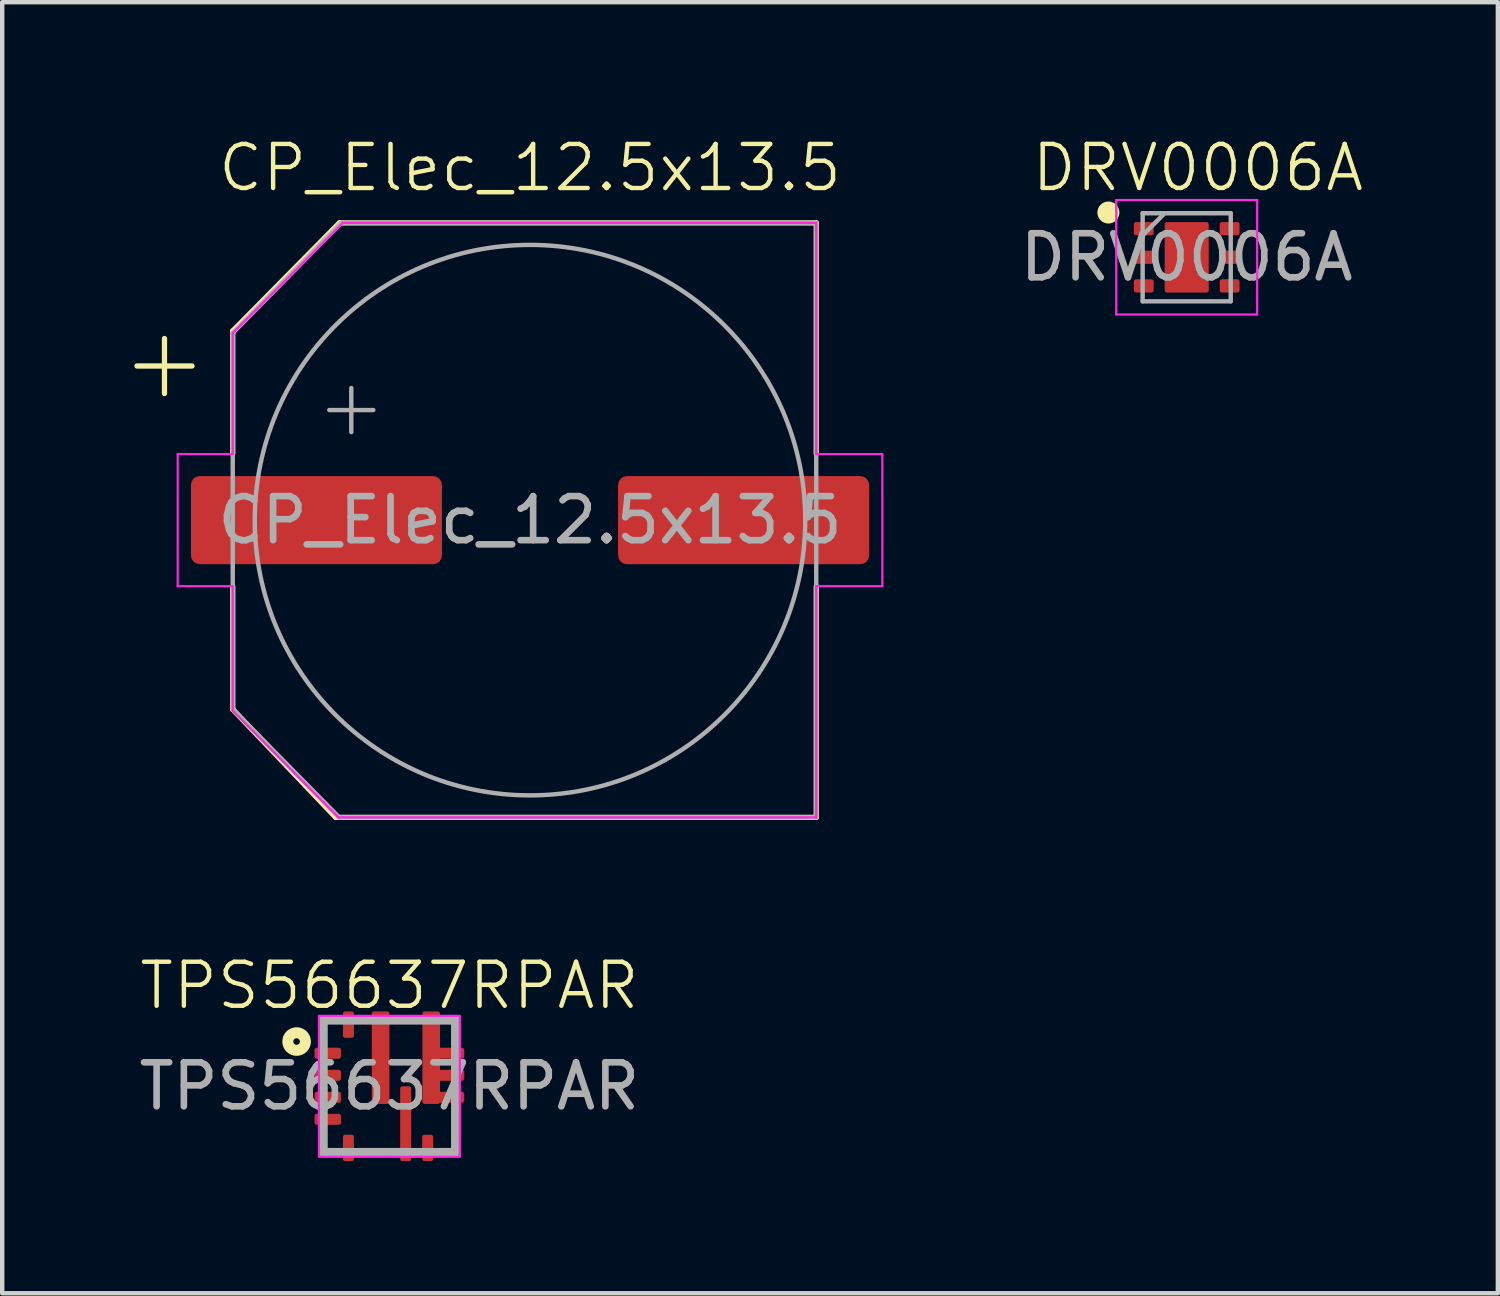
<source format=kicad_pcb>
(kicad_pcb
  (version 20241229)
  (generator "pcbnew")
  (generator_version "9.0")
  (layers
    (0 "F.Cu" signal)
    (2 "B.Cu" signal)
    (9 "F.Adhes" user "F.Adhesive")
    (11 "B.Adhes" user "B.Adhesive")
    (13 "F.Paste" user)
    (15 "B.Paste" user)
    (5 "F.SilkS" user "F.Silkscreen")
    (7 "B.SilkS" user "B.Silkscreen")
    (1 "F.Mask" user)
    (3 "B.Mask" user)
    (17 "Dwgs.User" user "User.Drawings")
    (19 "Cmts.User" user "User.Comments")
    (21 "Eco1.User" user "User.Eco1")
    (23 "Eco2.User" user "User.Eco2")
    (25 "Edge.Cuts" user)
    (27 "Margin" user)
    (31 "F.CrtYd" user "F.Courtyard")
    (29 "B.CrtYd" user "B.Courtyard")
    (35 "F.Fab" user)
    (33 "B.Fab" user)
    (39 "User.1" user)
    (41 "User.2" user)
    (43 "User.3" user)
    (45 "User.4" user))
  (footprint "TPS56637RPAR"
    (layer "F.Cu")
    (at 5.792 21.617)
    (property "Reference" "TPS56637RPAR" (at 0 -2.286 0) (unlocked yes) (layer "F.SilkS") (effects (font (size 1 1) (thickness 0.1))))
    (attr smd)
    (fp_circle (center -2.107 -1.016) (end -2.032 -1.016) (stroke (width 0.25) (type solid)) (fill no) (layer "F.SilkS"))
    (fp_rect (start -1.6 -1.6) (end 1.6 1.6) (stroke (width 0.05) (type default)) (fill no) (layer "F.CrtYd"))
    (fp_line (start -1.5 -1.5) (end -1.5 1.5) (stroke (width 0.2) (type default)) (layer "F.Fab"))
    (fp_line (start -1.5 -1.5) (end 1.5 -1.5) (stroke (width 0.2) (type default)) (layer "F.Fab"))
    (fp_line (start -1.5 1.5) (end 1.5 1.5) (stroke (width 0.2) (type default)) (layer "F.Fab"))
    (fp_line (start 1.5 -1.5) (end 1.5 1.5) (stroke (width 0.2) (type default)) (layer "F.Fab"))
    (fp_text user "${REFERENCE}" (at 0 0 0) (unlocked yes) (layer "F.Fab") (effects (font (size 1 1) (thickness 0.15))))
    (pad "1" smd roundrect (at -1.4 -0.75) (size 0.6 0.25) (layers "F.Cu" "F.Mask" "F.Paste") (roundrect_rratio 0.2))
    (pad "2" smd roundrect (at -1.4 -0.25) (size 0.6 0.25) (layers "F.Cu" "F.Mask" "F.Paste") (roundrect_rratio 0.2))
    (pad "3" smd roundrect (at -1.4 0.25) (size 0.6 0.25) (layers "F.Cu" "F.Mask" "F.Paste") (roundrect_rratio 0.2))
    (pad "4" smd roundrect (at -1.4 0.75) (size 0.6 0.25) (layers "F.Cu" "F.Mask" "F.Paste") (roundrect_rratio 0.2))
    (pad "5" smd roundrect (at -0.93 1.4) (size 0.25 0.6) (layers "F.Cu" "F.Mask" "F.Paste") (roundrect_rratio 0.2))
    (pad "6" smd roundrect (at 0.37 0.85) (size 0.25 1.7) (layers "F.Cu" "F.Mask" "F.Paste") (roundrect_rratio 0.2))
    (pad "7" smd roundrect (at 0.87 1.4) (size 0.25 0.6) (layers "F.Cu" "F.Mask" "F.Paste") (roundrect_rratio 0.2))
    (pad "8" smd roundrect (at 0.95 -0.65) (size 0.4 2.1) (layers "F.Cu" "F.Mask" "F.Paste") (roundrect_rratio 0.125))
    (pad "8" smd roundrect (at 1.42 -0.75) (size 0.56 0.25) (layers "F.Cu" "F.Mask" "F.Paste") (roundrect_rratio 0.2) (chamfer_ratio 0) (chamfer top_left bottom_left))
    (pad "8" smd roundrect (at 1.42 -0.25) (size 0.56 0.25) (layers "F.Cu" "F.Mask" "F.Paste") (roundrect_rratio 0.2) (chamfer_ratio 0) (chamfer top_left bottom_left))
    (pad "8" smd roundrect (at 1.42 0.25) (size 0.56 0.25) (layers "F.Cu" "F.Mask" "F.Paste") (roundrect_rratio 0.2) (chamfer_ratio 0) (chamfer top_left bottom_left))
    (pad "9" smd roundrect (at -0.2 -0.65) (size 0.4 2.1) (layers "F.Cu" "F.Mask" "F.Paste") (roundrect_rratio 0.125))
    (pad "10" smd roundrect (at -0.93 -1.4) (size 0.25 0.6) (layers "F.Cu" "F.Mask" "F.Paste") (roundrect_rratio 0.2)))
  (footprint "DRV0006A"
    (layer "F.Cu")
    (at 23.897 2.792)
    (property "Reference" "DRV0006A" (at 0.254 -2.032 0) (unlocked yes) (layer "F.SilkS") (effects (font (size 1 1) (thickness 0.1))))
    (attr smd)
    (fp_circle (center -1.778 -1.016) (end -1.778 -0.891) (stroke (width 0.25) (type solid)) (fill no) (layer "F.SilkS"))
    (fp_line (start -1.6 -1.3) (end 1.6 -1.3) (stroke (width 0.05) (type solid)) (layer "F.CrtYd"))
    (fp_line (start -1.6 1.3) (end -1.6 -1.3) (stroke (width 0.05) (type solid)) (layer "F.CrtYd"))
    (fp_line (start 1.6 -1.3) (end 1.6 1.3) (stroke (width 0.05) (type solid)) (layer "F.CrtYd"))
    (fp_line (start 1.6 1.3) (end -1.6 1.3) (stroke (width 0.05) (type solid)) (layer "F.CrtYd"))
    (fp_line (start -1 -1) (end 1 -1) (stroke (width 0.1) (type solid)) (layer "F.Fab"))
    (fp_line (start -1 -0.5) (end -0.5 -1) (stroke (width 0.1) (type solid)) (layer "F.Fab"))
    (fp_line (start -1 1) (end -1 -1) (stroke (width 0.1) (type solid)) (layer "F.Fab"))
    (fp_line (start 1 -1) (end 1 1) (stroke (width 0.1) (type solid)) (layer "F.Fab"))
    (fp_line (start 1 1) (end -1 1) (stroke (width 0.1) (type solid)) (layer "F.Fab"))
    (fp_text user "${REFERENCE}" (at 0 0 0) (unlocked yes) (layer "F.Fab") (effects (font (size 1 1) (thickness 0.15))))
    (pad "1" smd roundrect (at -0.975 -0.65 90) (size 0.3 0.45) (layers "F.Cu" "F.Mask" "F.Paste") (roundrect_rratio 0.167))
    (pad "2" smd roundrect (at -0.975 0 90) (size 0.3 0.45) (layers "F.Cu" "F.Mask" "F.Paste") (roundrect_rratio 0.167))
    (pad "3" smd roundrect (at -0.975 0.65 90) (size 0.3 0.45) (layers "F.Cu" "F.Mask" "F.Paste") (roundrect_rratio 0.167))
    (pad "4" smd roundrect (at 0.975 0.65 90) (size 0.3 0.45) (layers "F.Cu" "F.Mask" "F.Paste") (roundrect_rratio 0.167))
    (pad "5" smd roundrect (at 0.975 0 90) (size 0.3 0.45) (layers "F.Cu" "F.Mask" "F.Paste") (roundrect_rratio 0.167))
    (pad "6" smd roundrect (at 0.975 -0.65 90) (size 0.3 0.45) (layers "F.Cu" "F.Mask" "F.Paste") (roundrect_rratio 0.167))
    (pad "7" smd roundrect (at 0 0) (size 1 1.6) (layers "F.Cu" "F.Mask" "F.Paste") (roundrect_rratio 0.05)))
  (footprint "CP_Elec_12.5x13.5"
    (layer "F.Cu")
    (at 8.985 8.761)
    (property "Reference" "CP_Elec_12.5x13.5" (at 0 -8 0) (unlocked yes) (layer "F.SilkS") (effects (font (size 1 1) (thickness 0.1))))
    (attr smd)
    (fp_line (start -8.925 -3.5) (end -7.675 -3.5) (stroke (width 0.12) (type solid)) (layer "F.SilkS"))
    (fp_line (start -8.3 -4.125) (end -8.3 -2.875) (stroke (width 0.12) (type solid)) (layer "F.SilkS"))
    (fp_line (start -6.75 -4.296) (end -6.75 -1.51) (stroke (width 0.12) (type solid)) (layer "F.SilkS"))
    (fp_line (start -6.75 -4.296) (end -4.328 -6.75) (stroke (width 0.12) (type solid)) (layer "F.SilkS"))
    (fp_line (start -6.75 4.296) (end -6.75 1.51) (stroke (width 0.12) (type solid)) (layer "F.SilkS"))
    (fp_line (start -6.75 4.296) (end -4.414 6.75) (stroke (width 0.12) (type solid)) (layer "F.SilkS"))
    (fp_line (start -4.414 6.75) (end 6.5 6.75) (stroke (width 0.12) (type solid)) (layer "F.SilkS"))
    (fp_line (start -4.328 -6.75) (end 6.5 -6.75) (stroke (width 0.12) (type solid)) (layer "F.SilkS"))
    (fp_line (start 6.5 -6.75) (end 6.5 -1.51) (stroke (width 0.12) (type solid)) (layer "F.SilkS"))
    (fp_line (start 6.5 6.75) (end 6.5 1.51) (stroke (width 0.12) (type solid)) (layer "F.SilkS"))
    (fp_line (start -8 -1.5) (end -8 1.5) (stroke (width 0.05) (type solid)) (layer "F.CrtYd"))
    (fp_line (start -8 1.5) (end -6.75 1.5) (stroke (width 0.05) (type solid)) (layer "F.CrtYd"))
    (fp_line (start -6.75 -4.25) (end -6.75 -1.5) (stroke (width 0.05) (type solid)) (layer "F.CrtYd"))
    (fp_line (start -6.75 -4.25) (end -4.25 -6.75) (stroke (width 0.05) (type solid)) (layer "F.CrtYd"))
    (fp_line (start -6.75 -1.5) (end -8 -1.5) (stroke (width 0.05) (type solid)) (layer "F.CrtYd"))
    (fp_line (start -6.75 1.5) (end -6.75 4.328) (stroke (width 0.05) (type solid)) (layer "F.CrtYd"))
    (fp_line (start -6.75 4.328) (end -4.35 6.75) (stroke (width 0.05) (type solid)) (layer "F.CrtYd"))
    (fp_line (start -4.35 6.75) (end 6.5 6.75) (stroke (width 0.05) (type solid)) (layer "F.CrtYd"))
    (fp_line (start -4.25 -6.75) (end 6.5 -6.75) (stroke (width 0.05) (type solid)) (layer "F.CrtYd"))
    (fp_line (start 6.5 -6.75) (end 6.5 -1.5) (stroke (width 0.05) (type solid)) (layer "F.CrtYd"))
    (fp_line (start 6.5 -1.5) (end 8 -1.5) (stroke (width 0.05) (type solid)) (layer "F.CrtYd"))
    (fp_line (start 6.5 1.5) (end 6.5 6.75) (stroke (width 0.05) (type solid)) (layer "F.CrtYd"))
    (fp_line (start 8 -1.5) (end 8 1.5) (stroke (width 0.05) (type solid)) (layer "F.CrtYd"))
    (fp_line (start 8 1.5) (end 6.5 1.5) (stroke (width 0.05) (type solid)) (layer "F.CrtYd"))
    (fp_line (start -6.75 -4.25) (end -6.75 4.296) (stroke (width 0.1) (type solid)) (layer "F.Fab"))
    (fp_line (start -6.75 -4.25) (end -4.289 -6.75) (stroke (width 0.1) (type solid)) (layer "F.Fab"))
    (fp_line (start -6.75 4.296) (end -4.332 6.75) (stroke (width 0.1) (type solid)) (layer "F.Fab"))
    (fp_line (start -4.558 -2.5) (end -3.558 -2.5) (stroke (width 0.1) (type solid)) (layer "F.Fab"))
    (fp_line (start -4.332 6.75) (end 6.5 6.75) (stroke (width 0.1) (type solid)) (layer "F.Fab"))
    (fp_line (start -4.25 -6.75) (end 6.5 -6.75) (stroke (width 0.1) (type solid)) (layer "F.Fab"))
    (fp_line (start -4.058 -3) (end -4.058 -2) (stroke (width 0.1) (type solid)) (layer "F.Fab"))
    (fp_line (start 6.5 -6.75) (end 6.5 6.75) (stroke (width 0.1) (type solid)) (layer "F.Fab"))
    (fp_circle (center 0 0) (end 6.25 0) (stroke (width 0.1) (type solid)) (fill no) (layer "F.Fab"))
    (fp_text user "${REFERENCE}" (at 0 0 0) (unlocked yes) (layer "F.Fab") (effects (font (size 1 1) (thickness 0.15))))
    (pad "1" smd roundrect (at -4.85 0) (size 5.7 2) (layers "F.Cu" "F.Mask" "F.Paste") (roundrect_rratio 0.1))
    (pad "2" smd roundrect (at 4.85 0) (size 5.7 2) (layers "F.Cu" "F.Mask" "F.Paste") (roundrect_rratio 0.1)))
  (gr_rect
    (start -3 -3)
    (end 30.963 26.317)
    (stroke (width 0.1) (type default))
    (fill no)
    (layer "Edge.Cuts")))
</source>
